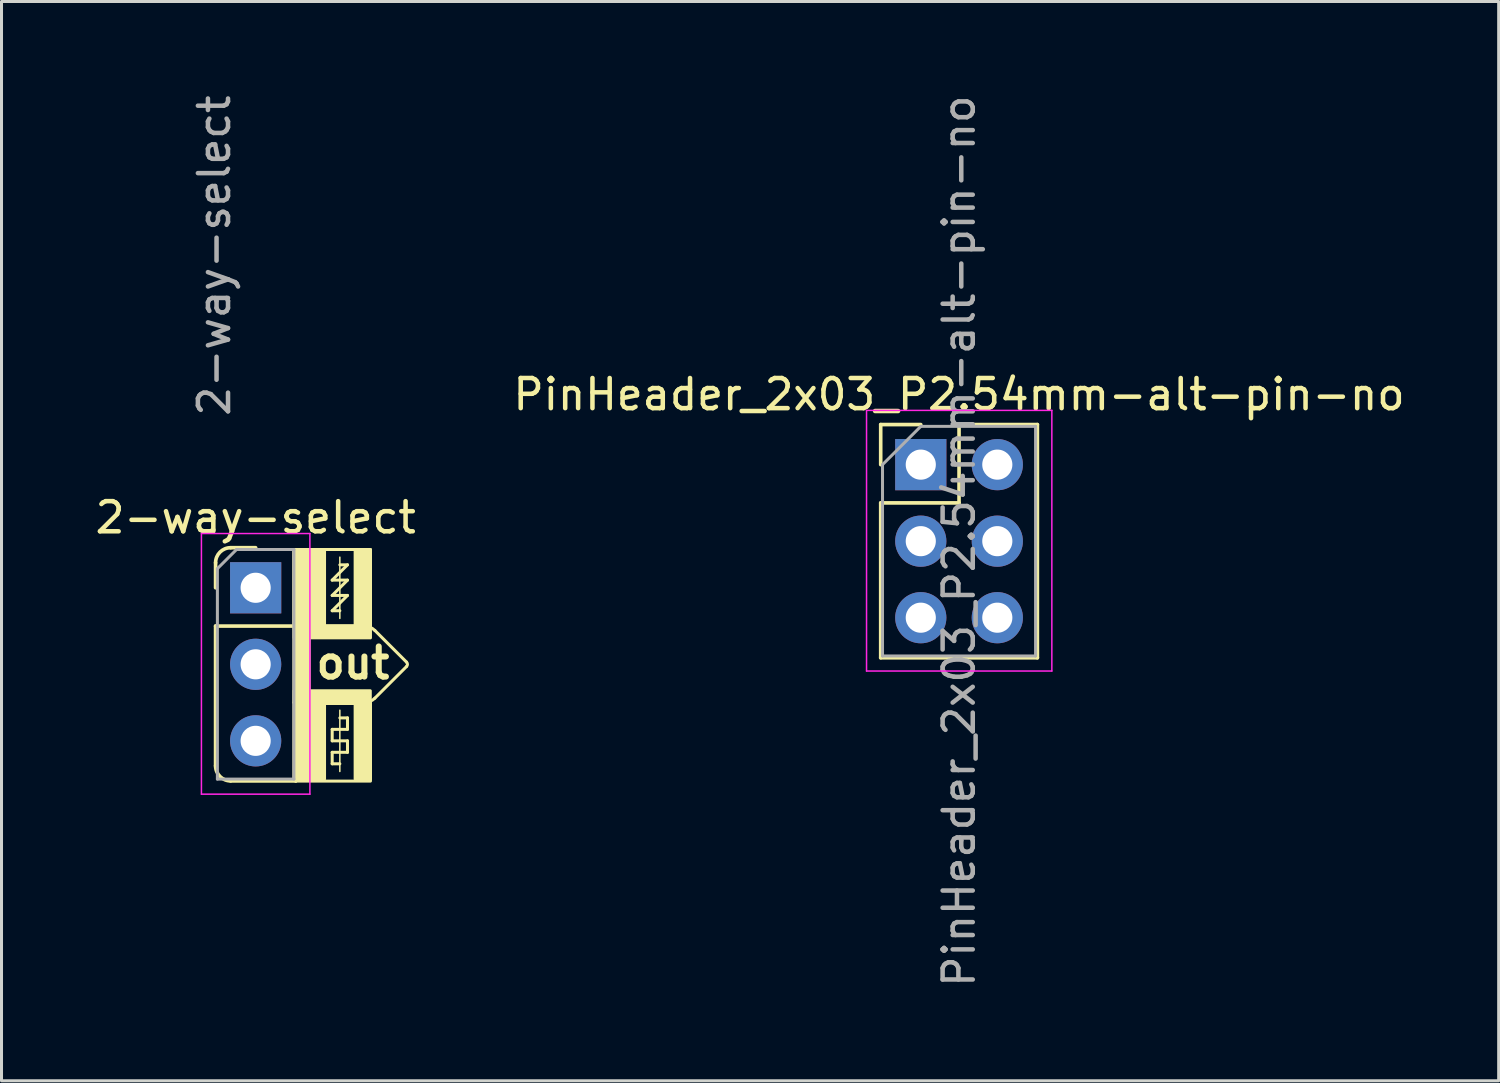
<source format=kicad_pcb>
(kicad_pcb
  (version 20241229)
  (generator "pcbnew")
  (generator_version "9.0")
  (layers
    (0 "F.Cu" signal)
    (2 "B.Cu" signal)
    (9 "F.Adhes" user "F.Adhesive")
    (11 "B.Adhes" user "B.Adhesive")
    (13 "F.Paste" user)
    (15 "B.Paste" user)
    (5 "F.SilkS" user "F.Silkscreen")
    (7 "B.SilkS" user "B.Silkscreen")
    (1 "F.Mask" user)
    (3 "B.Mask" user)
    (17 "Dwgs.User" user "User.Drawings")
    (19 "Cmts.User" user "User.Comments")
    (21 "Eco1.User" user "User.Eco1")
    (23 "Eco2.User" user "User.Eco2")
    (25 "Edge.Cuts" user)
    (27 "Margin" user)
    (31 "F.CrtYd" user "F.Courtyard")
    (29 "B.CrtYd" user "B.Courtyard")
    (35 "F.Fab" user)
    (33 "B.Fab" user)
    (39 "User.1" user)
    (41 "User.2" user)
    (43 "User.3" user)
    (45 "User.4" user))
  (footprint "2-way-select"
    (layer "F.Cu")
    (at 5.435 16.458)
    (property "Reference" "2-way-select" (at 0 -2.33 0) (layer "F.SilkS") (effects (font (size 1 1) (thickness 0.15))))
    (attr through_hole)
    (fp_line (start -1.33 0) (end -1.33 -0.83) (stroke (width 0.12) (type solid)) (layer "F.SilkS"))
    (fp_line (start -1.33 1.27) (end -1.33 5.91) (stroke (width 0.12) (type solid)) (layer "F.SilkS"))
    (fp_line (start -1.33 1.27) (end 1.33 1.27) (stroke (width 0.12) (type solid)) (layer "F.SilkS"))
    (fp_line (start -0.83 -1.33) (end 0 -1.33) (stroke (width 0.12) (type solid)) (layer "F.SilkS"))
    (fp_line (start -0.83 6.41) (end 1.33 6.41) (stroke (width 0.12) (type solid)) (layer "F.SilkS"))
    (fp_line (start 1.27 1.27) (end 3.603 1.27) (stroke (width 0.1) (type default)) (layer "F.SilkS"))
    (fp_line (start 1.33 1.27) (end 1.33 6.41) (stroke (width 0.12) (type solid)) (layer "F.SilkS"))
    (fp_line (start 1.33 3.31) (end 1.33 1.77) (stroke (width 0.1) (type default)) (layer "F.SilkS"))
    (fp_line (start 1.397 3.81) (end 3.603 3.81) (stroke (width 0.1) (type default)) (layer "F.SilkS"))
    (fp_line (start 2.54 -0.254) (end 3.048 -0.762) (stroke (width 0.1) (type default)) (layer "F.SilkS"))
    (fp_line (start 2.54 0.254) (end 3.048 -0.254) (stroke (width 0.1) (type default)) (layer "F.SilkS"))
    (fp_line (start 2.54 0.762) (end 2.794 0.762) (stroke (width 0.1) (type default)) (layer "F.SilkS"))
    (fp_line (start 2.54 0.762) (end 3.048 0.254) (stroke (width 0.1) (type default)) (layer "F.SilkS"))
    (fp_line (start 2.54 4.699) (end 3.048 4.699) (stroke (width 0.1) (type default)) (layer "F.SilkS"))
    (fp_line (start 2.54 5.08) (end 2.54 4.699) (stroke (width 0.1) (type default)) (layer "F.SilkS"))
    (fp_line (start 2.54 5.461) (end 3.048 5.461) (stroke (width 0.1) (type default)) (layer "F.SilkS"))
    (fp_line (start 2.54 5.842) (end 2.54 5.461) (stroke (width 0.1) (type default)) (layer "F.SilkS"))
    (fp_line (start 2.794 -1.016) (end 2.794 1.016) (stroke (width 0.05) (type default)) (layer "F.SilkS"))
    (fp_line (start 2.794 4.064) (end 2.794 6.096) (stroke (width 0.05) (type default)) (layer "F.SilkS"))
    (fp_line (start 2.794 5.842) (end 2.54 5.842) (stroke (width 0.1) (type default)) (layer "F.SilkS"))
    (fp_line (start 3.048 -0.762) (end 2.794 -0.762) (stroke (width 0.1) (type default)) (layer "F.SilkS"))
    (fp_line (start 3.048 -0.254) (end 2.54 -0.254) (stroke (width 0.1) (type default)) (layer "F.SilkS"))
    (fp_line (start 3.048 0.254) (end 2.54 0.254) (stroke (width 0.1) (type default)) (layer "F.SilkS"))
    (fp_line (start 3.048 4.318) (end 2.794 4.318) (stroke (width 0.1) (type default)) (layer "F.SilkS"))
    (fp_line (start 3.048 4.699) (end 3.048 4.318) (stroke (width 0.1) (type default)) (layer "F.SilkS"))
    (fp_line (start 3.048 5.08) (end 2.54 5.08) (stroke (width 0.1) (type default)) (layer "F.SilkS"))
    (fp_line (start 3.048 5.461) (end 3.048 5.08) (stroke (width 0.1) (type default)) (layer "F.SilkS"))
    (fp_line (start 5.009 2.469) (end 3.956 1.416) (stroke (width 0.1) (type default)) (layer "F.SilkS"))
    (fp_line (start 5.009 2.611) (end 3.956 3.664) (stroke (width 0.1) (type default)) (layer "F.SilkS"))
    (fp_rect (start 1.27 -1.27) (end 2.286 1.27) (stroke (width 0.1) (type solid)) (fill yes) (layer "F.SilkS"))
    (fp_rect (start 1.27 -1.27) (end 3.81 1.27) (stroke (width 0.1) (type default)) (fill no) (layer "F.SilkS"))
    (fp_rect (start 1.27 1.27) (end 1.778 3.81) (stroke (width 0.1) (type solid)) (fill yes) (layer "F.SilkS"))
    (fp_rect (start 1.27 3.81) (end 2.286 6.35) (stroke (width 0.1) (type solid)) (fill yes) (layer "F.SilkS"))
    (fp_rect (start 1.276 3.418) (end 3.804 3.81) (stroke (width 0.1) (type solid)) (fill yes) (layer "F.SilkS"))
    (fp_rect (start 1.281 1.27) (end 3.81 1.662) (stroke (width 0.1) (type solid)) (fill yes) (layer "F.SilkS"))
    (fp_rect (start 1.33 3.84) (end 3.81 6.416) (stroke (width 0.1) (type default)) (fill no) (layer "F.SilkS"))
    (fp_rect (start 3.302 -1.27) (end 3.81 1.27) (stroke (width 0.1) (type solid)) (fill yes) (layer "F.SilkS"))
    (fp_rect (start 3.302 3.81) (end 3.81 6.35) (stroke (width 0.1) (type solid)) (fill yes) (layer "F.SilkS"))
    (fp_arc (start -1.33 -0.83) (mid -1.183553 -1.183553) (end -0.83 -1.33) (stroke (width 0.12) (type default)) (layer "F.SilkS"))
    (fp_arc (start -0.83 6.41) (mid -1.183553 6.263553) (end -1.33 5.91) (stroke (width 0.12) (type default)) (layer "F.SilkS"))
    (fp_arc (start 3.602893 1.27) (mid 3.794236 1.308058) (end 3.956446 1.416446) (stroke (width 0.1) (type default)) (layer "F.SilkS"))
    (fp_arc (start 3.956446 3.663554) (mid 3.794234 3.771938) (end 3.602893 3.81) (stroke (width 0.1) (type default)) (layer "F.SilkS"))
    (fp_arc (start 5.009289 2.469289) (mid 5.038585 2.54) (end 5.009289 2.610711) (stroke (width 0.1) (type default)) (layer "F.SilkS"))
    (fp_line (start -1.8 -1.8) (end -1.8 6.85) (stroke (width 0.05) (type solid)) (layer "F.CrtYd"))
    (fp_line (start -1.8 6.85) (end 1.8 6.85) (stroke (width 0.05) (type solid)) (layer "F.CrtYd"))
    (fp_line (start 1.8 -1.8) (end -1.8 -1.8) (stroke (width 0.05) (type solid)) (layer "F.CrtYd"))
    (fp_line (start 1.8 6.85) (end 1.8 -1.8) (stroke (width 0.05) (type solid)) (layer "F.CrtYd"))
    (fp_line (start -1.27 -0.635) (end -0.635 -1.27) (stroke (width 0.1) (type solid)) (layer "F.Fab"))
    (fp_line (start -1.27 6.35) (end -1.27 -0.635) (stroke (width 0.1) (type solid)) (layer "F.Fab"))
    (fp_line (start -0.635 -1.27) (end 1.27 -1.27) (stroke (width 0.1) (type solid)) (layer "F.Fab"))
    (fp_line (start 1.27 -1.27) (end 1.27 6.35) (stroke (width 0.1) (type solid)) (layer "F.Fab"))
    (fp_line (start 1.27 6.35) (end -1.27 6.35) (stroke (width 0.1) (type solid)) (layer "F.Fab"))
    (fp_text user "out" (at 1.906 3.08 0) (unlocked yes) (layer "F.SilkS") (effects (font (size 1 1) (thickness 0.2) (bold yes)) (justify left bottom)))
    (fp_text user "${REFERENCE}" (at -1.372 -11.024 90) (layer "F.Fab") (effects (font (size 1 1) (thickness 0.15))))
    (pad "1" thru_hole rect (at 0 0) (size 1.7 1.7) (drill 1) (layers "*.Cu" "*.Mask"))
    (pad "2" thru_hole oval (at 0 2.54) (size 1.7 1.7) (drill 1) (layers "*.Cu" "*.Mask"))
    (pad "3" thru_hole oval (at 0 5.08) (size 1.7 1.7) (drill 1) (layers "*.Cu" "*.Mask")))
  (footprint "PinHeader_2x03_P2.54mm-alt-pin-no"
    (layer "F.Cu")
    (at 27.51 12.371)
    (property "Reference" "PinHeader_2x03_P2.54mm-alt-pin-no" (at 1.27 -2.33 0) (layer "F.SilkS") (effects (font (size 1 1) (thickness 0.15))))
    (attr through_hole)
    (fp_line (start -1.33 -1.33) (end 0 -1.33) (stroke (width 0.12) (type solid)) (layer "F.SilkS"))
    (fp_line (start -1.33 0) (end -1.33 -1.33) (stroke (width 0.12) (type solid)) (layer "F.SilkS"))
    (fp_line (start -1.33 1.27) (end -1.33 6.41) (stroke (width 0.12) (type solid)) (layer "F.SilkS"))
    (fp_line (start -1.33 1.27) (end 1.27 1.27) (stroke (width 0.12) (type solid)) (layer "F.SilkS"))
    (fp_line (start -1.33 6.41) (end 3.87 6.41) (stroke (width 0.12) (type solid)) (layer "F.SilkS"))
    (fp_line (start 1.27 -1.33) (end 3.87 -1.33) (stroke (width 0.12) (type solid)) (layer "F.SilkS"))
    (fp_line (start 1.27 1.27) (end 1.27 -1.33) (stroke (width 0.12) (type solid)) (layer "F.SilkS"))
    (fp_line (start 3.87 -1.33) (end 3.87 6.41) (stroke (width 0.12) (type solid)) (layer "F.SilkS"))
    (fp_line (start -1.8 -1.8) (end -1.8 6.85) (stroke (width 0.05) (type solid)) (layer "F.CrtYd"))
    (fp_line (start -1.8 6.85) (end 4.35 6.85) (stroke (width 0.05) (type solid)) (layer "F.CrtYd"))
    (fp_line (start 4.35 -1.8) (end -1.8 -1.8) (stroke (width 0.05) (type solid)) (layer "F.CrtYd"))
    (fp_line (start 4.35 6.85) (end 4.35 -1.8) (stroke (width 0.05) (type solid)) (layer "F.CrtYd"))
    (fp_line (start -1.27 0) (end 0 -1.27) (stroke (width 0.1) (type solid)) (layer "F.Fab"))
    (fp_line (start -1.27 6.35) (end -1.27 0) (stroke (width 0.1) (type solid)) (layer "F.Fab"))
    (fp_line (start 0 -1.27) (end 3.81 -1.27) (stroke (width 0.1) (type solid)) (layer "F.Fab"))
    (fp_line (start 3.81 -1.27) (end 3.81 6.35) (stroke (width 0.1) (type solid)) (layer "F.Fab"))
    (fp_line (start 3.81 6.35) (end -1.27 6.35) (stroke (width 0.1) (type solid)) (layer "F.Fab"))
    (fp_text user "${REFERENCE}" (at 1.27 2.54 90) (layer "F.Fab") (effects (font (size 1 1) (thickness 0.15))))
    (pad "1" thru_hole rect (at 0 0) (size 1.7 1.7) (drill 1) (layers "*.Cu" "*.Mask"))
    (pad "2" thru_hole oval (at 0 2.54) (size 1.7 1.7) (drill 1) (layers "*.Cu" "*.Mask"))
    (pad "3" thru_hole oval (at 0 5.08) (size 1.7 1.7) (drill 1) (layers "*.Cu" "*.Mask"))
    (pad "4" thru_hole oval (at 2.54 5.08) (size 1.7 1.7) (drill 1) (layers "*.Cu" "*.Mask"))
    (pad "5" thru_hole oval (at 2.54 2.54) (size 1.7 1.7) (drill 1) (layers "*.Cu" "*.Mask"))
    (pad "6" thru_hole oval (at 2.54 0) (size 1.7 1.7) (drill 1) (layers "*.Cu" "*.Mask")))
  (gr_rect
    (start -3 -3)
    (end 46.69 32.821)
    (stroke (width 0.1) (type default))
    (fill no)
    (layer "Edge.Cuts")))
</source>
